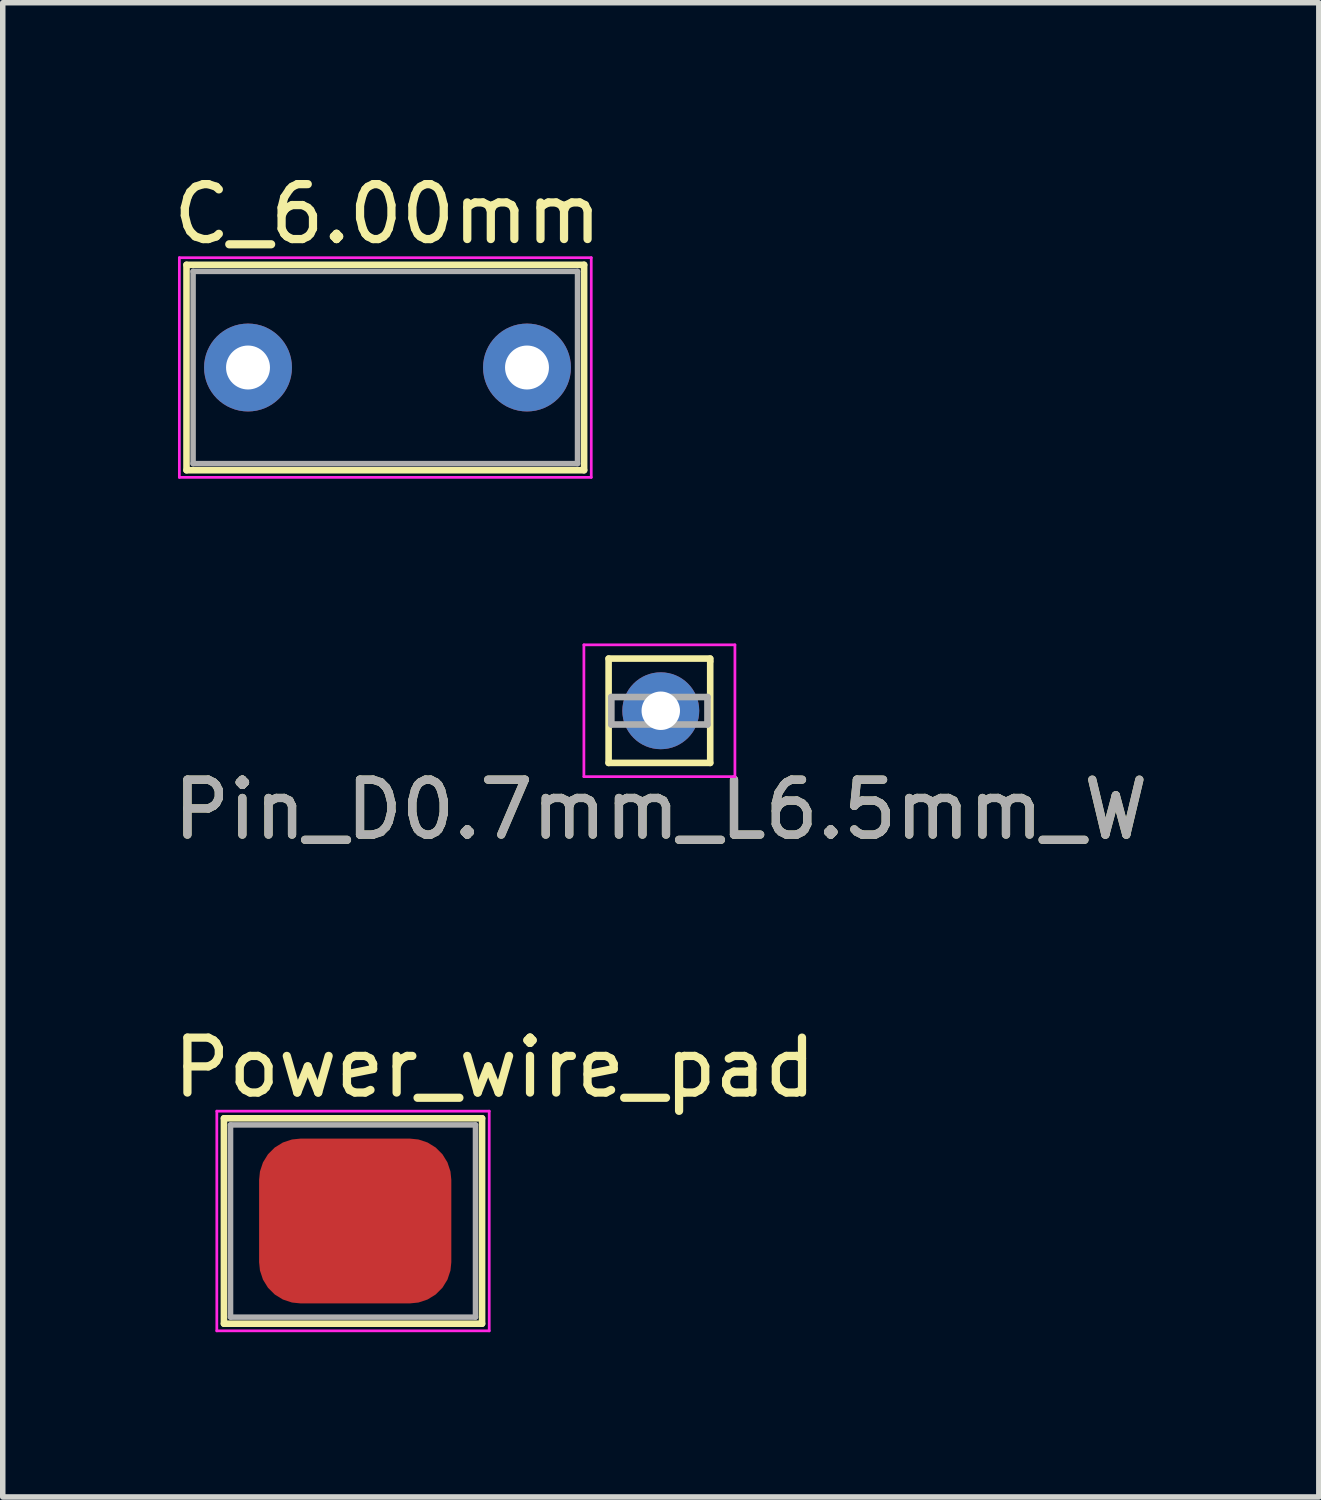
<source format=kicad_pcb>
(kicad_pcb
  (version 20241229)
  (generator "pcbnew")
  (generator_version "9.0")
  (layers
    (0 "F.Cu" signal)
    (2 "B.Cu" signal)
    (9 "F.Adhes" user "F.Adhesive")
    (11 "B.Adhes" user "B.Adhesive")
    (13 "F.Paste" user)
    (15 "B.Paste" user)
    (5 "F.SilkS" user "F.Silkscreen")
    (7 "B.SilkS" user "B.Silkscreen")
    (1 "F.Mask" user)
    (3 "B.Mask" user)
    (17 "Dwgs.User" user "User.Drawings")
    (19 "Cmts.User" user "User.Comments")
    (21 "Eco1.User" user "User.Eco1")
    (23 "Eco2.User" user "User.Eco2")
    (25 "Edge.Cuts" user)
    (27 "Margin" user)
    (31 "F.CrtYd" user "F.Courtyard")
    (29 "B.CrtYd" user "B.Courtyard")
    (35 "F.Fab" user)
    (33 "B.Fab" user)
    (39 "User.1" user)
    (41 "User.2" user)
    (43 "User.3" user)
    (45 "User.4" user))
  (footprint "Pin_D0.7mm_L6.5mm_W"
    (layer "F.Cu")
    (at 8.982 9.892)
    (property "Reference" "Pin_D0.7mm_L6.5mm_W" (at 0 1.8 0) (layer "F.SilkS") (effects (font (size 1 1) (thickness 0.15))))
    (attr through_hole)
    (fp_line (start -0.95 -0.95) (end -0.95 0.95) (stroke (width 0.12) (type solid)) (layer "F.SilkS"))
    (fp_line (start -0.95 0.95) (end 0.9 0.95) (stroke (width 0.12) (type solid)) (layer "F.SilkS"))
    (fp_line (start 0.9 -0.95) (end -0.95 -0.95) (stroke (width 0.12) (type solid)) (layer "F.SilkS"))
    (fp_line (start 0.9 -0.9) (end 0.9 -0.95) (stroke (width 0.12) (type solid)) (layer "F.SilkS"))
    (fp_line (start 0.9 0.95) (end 0.9 -0.9) (stroke (width 0.12) (type solid)) (layer "F.SilkS"))
    (fp_line (start -1.4 -1.2) (end -1.4 1.2) (stroke (width 0.05) (type solid)) (layer "F.CrtYd"))
    (fp_line (start -1.4 -1.2) (end 1.35 -1.2) (stroke (width 0.05) (type solid)) (layer "F.CrtYd"))
    (fp_line (start 1.35 1.2) (end -1.4 1.2) (stroke (width 0.05) (type solid)) (layer "F.CrtYd"))
    (fp_line (start 1.35 1.2) (end 1.35 -1.2) (stroke (width 0.05) (type solid)) (layer "F.CrtYd"))
    (fp_line (start -0.9 -0.25) (end 0.85 -0.25) (stroke (width 0.12) (type solid)) (layer "F.Fab"))
    (fp_line (start -0.9 0.25) (end -0.9 -0.25) (stroke (width 0.12) (type solid)) (layer "F.Fab"))
    (fp_line (start 0.85 -0.25) (end 0.85 0.25) (stroke (width 0.12) (type solid)) (layer "F.Fab"))
    (fp_line (start 0.85 0.25) (end -0.9 0.25) (stroke (width 0.12) (type solid)) (layer "F.Fab"))
    (fp_text user "${REFERENCE}" (at 0 1.8 0) (layer "F.Fab") (effects (font (size 1 1) (thickness 0.15))))
    (pad "1" thru_hole circle (at 0 0) (size 1.4 1.4) (drill 0.7) (layers "*.Cu" "*.Mask")))
  (footprint "C_6.00mm"
    (layer "F.Cu")
    (at 1.466 3.642)
    (property "Reference" "C_6.00mm" (at 2.54 -2.794 0) (layer "F.SilkS") (effects (font (size 1 1) (thickness 0.15))))
    (attr through_hole)
    (fp_line (start -1.12 -1.87) (end -1.12 1.87) (stroke (width 0.12) (type solid)) (layer "F.SilkS"))
    (fp_line (start -1.12 -1.87) (end 6.12 -1.87) (stroke (width 0.12) (type solid)) (layer "F.SilkS"))
    (fp_line (start -1.12 1.87) (end 6.12 1.87) (stroke (width 0.12) (type solid)) (layer "F.SilkS"))
    (fp_line (start 6.12 -1.87) (end 6.12 1.87) (stroke (width 0.12) (type solid)) (layer "F.SilkS"))
    (fp_line (start -1.25 -2) (end -1.25 2) (stroke (width 0.05) (type solid)) (layer "F.CrtYd"))
    (fp_line (start -1.25 2) (end 6.25 2) (stroke (width 0.05) (type solid)) (layer "F.CrtYd"))
    (fp_line (start 6.25 -2) (end -1.25 -2) (stroke (width 0.05) (type solid)) (layer "F.CrtYd"))
    (fp_line (start 6.25 2) (end 6.25 -2) (stroke (width 0.05) (type solid)) (layer "F.CrtYd"))
    (fp_line (start -1 -1.75) (end -1 1.75) (stroke (width 0.1) (type solid)) (layer "F.Fab"))
    (fp_line (start -1 1.75) (end 6 1.75) (stroke (width 0.1) (type solid)) (layer "F.Fab"))
    (fp_line (start 6 -1.75) (end -1 -1.75) (stroke (width 0.1) (type solid)) (layer "F.Fab"))
    (fp_line (start 6 1.75) (end 6 -1.75) (stroke (width 0.1) (type solid)) (layer "F.Fab"))
    (pad "1" thru_hole circle (at 0 0) (size 1.6 1.6) (drill 0.8) (layers "*.Cu" "*.Mask"))
    (pad "2" thru_hole circle (at 5.08 0) (size 1.6 1.6) (drill 0.8) (layers "*.Cu" "*.Mask")))
  (footprint "Power_wire_pad"
    (layer "F.Cu")
    (at 3.418 19.183)
    (property "Reference" "Power_wire_pad" (at 2.54 -2.794 0) (layer "F.SilkS") (effects (font (size 1 1) (thickness 0.15))))
    (attr through_hole)
    (fp_line (start -2.39 -1.87) (end -2.39 1.87) (stroke (width 0.12) (type solid)) (layer "F.SilkS"))
    (fp_line (start -2.39 -1.87) (end 2.31 -1.87) (stroke (width 0.12) (type solid)) (layer "F.SilkS"))
    (fp_line (start -2.39 1.87) (end 2.31 1.87) (stroke (width 0.12) (type solid)) (layer "F.SilkS"))
    (fp_line (start 2.31 -1.87) (end 2.31 1.87) (stroke (width 0.12) (type solid)) (layer "F.SilkS"))
    (fp_line (start -2.52 -2) (end -2.52 2) (stroke (width 0.05) (type solid)) (layer "F.CrtYd"))
    (fp_line (start -2.52 2) (end 2.44 2) (stroke (width 0.05) (type solid)) (layer "F.CrtYd"))
    (fp_line (start 2.44 -2) (end -2.52 -2) (stroke (width 0.05) (type solid)) (layer "F.CrtYd"))
    (fp_line (start 2.44 2) (end 2.44 -2) (stroke (width 0.05) (type solid)) (layer "F.CrtYd"))
    (fp_line (start -2.27 -1.75) (end -2.27 1.75) (stroke (width 0.1) (type solid)) (layer "F.Fab"))
    (fp_line (start -2.27 1.75) (end 2.19 1.75) (stroke (width 0.1) (type solid)) (layer "F.Fab"))
    (fp_line (start 2.19 -1.75) (end -2.27 -1.75) (stroke (width 0.1) (type solid)) (layer "F.Fab"))
    (fp_line (start 2.19 1.75) (end 2.19 -1.75) (stroke (width 0.1) (type solid)) (layer "F.Fab"))
    (pad "1" smd roundrect (at 0 0) (size 3.5 3) (layers "F.Cu" "F.Mask" "F.Paste") (roundrect_rratio 0.25)))
  (gr_rect
    (start -3 -3)
    (end 20.964 24.208)
    (stroke (width 0.1) (type default))
    (fill no)
    (layer "Edge.Cuts")))
</source>
